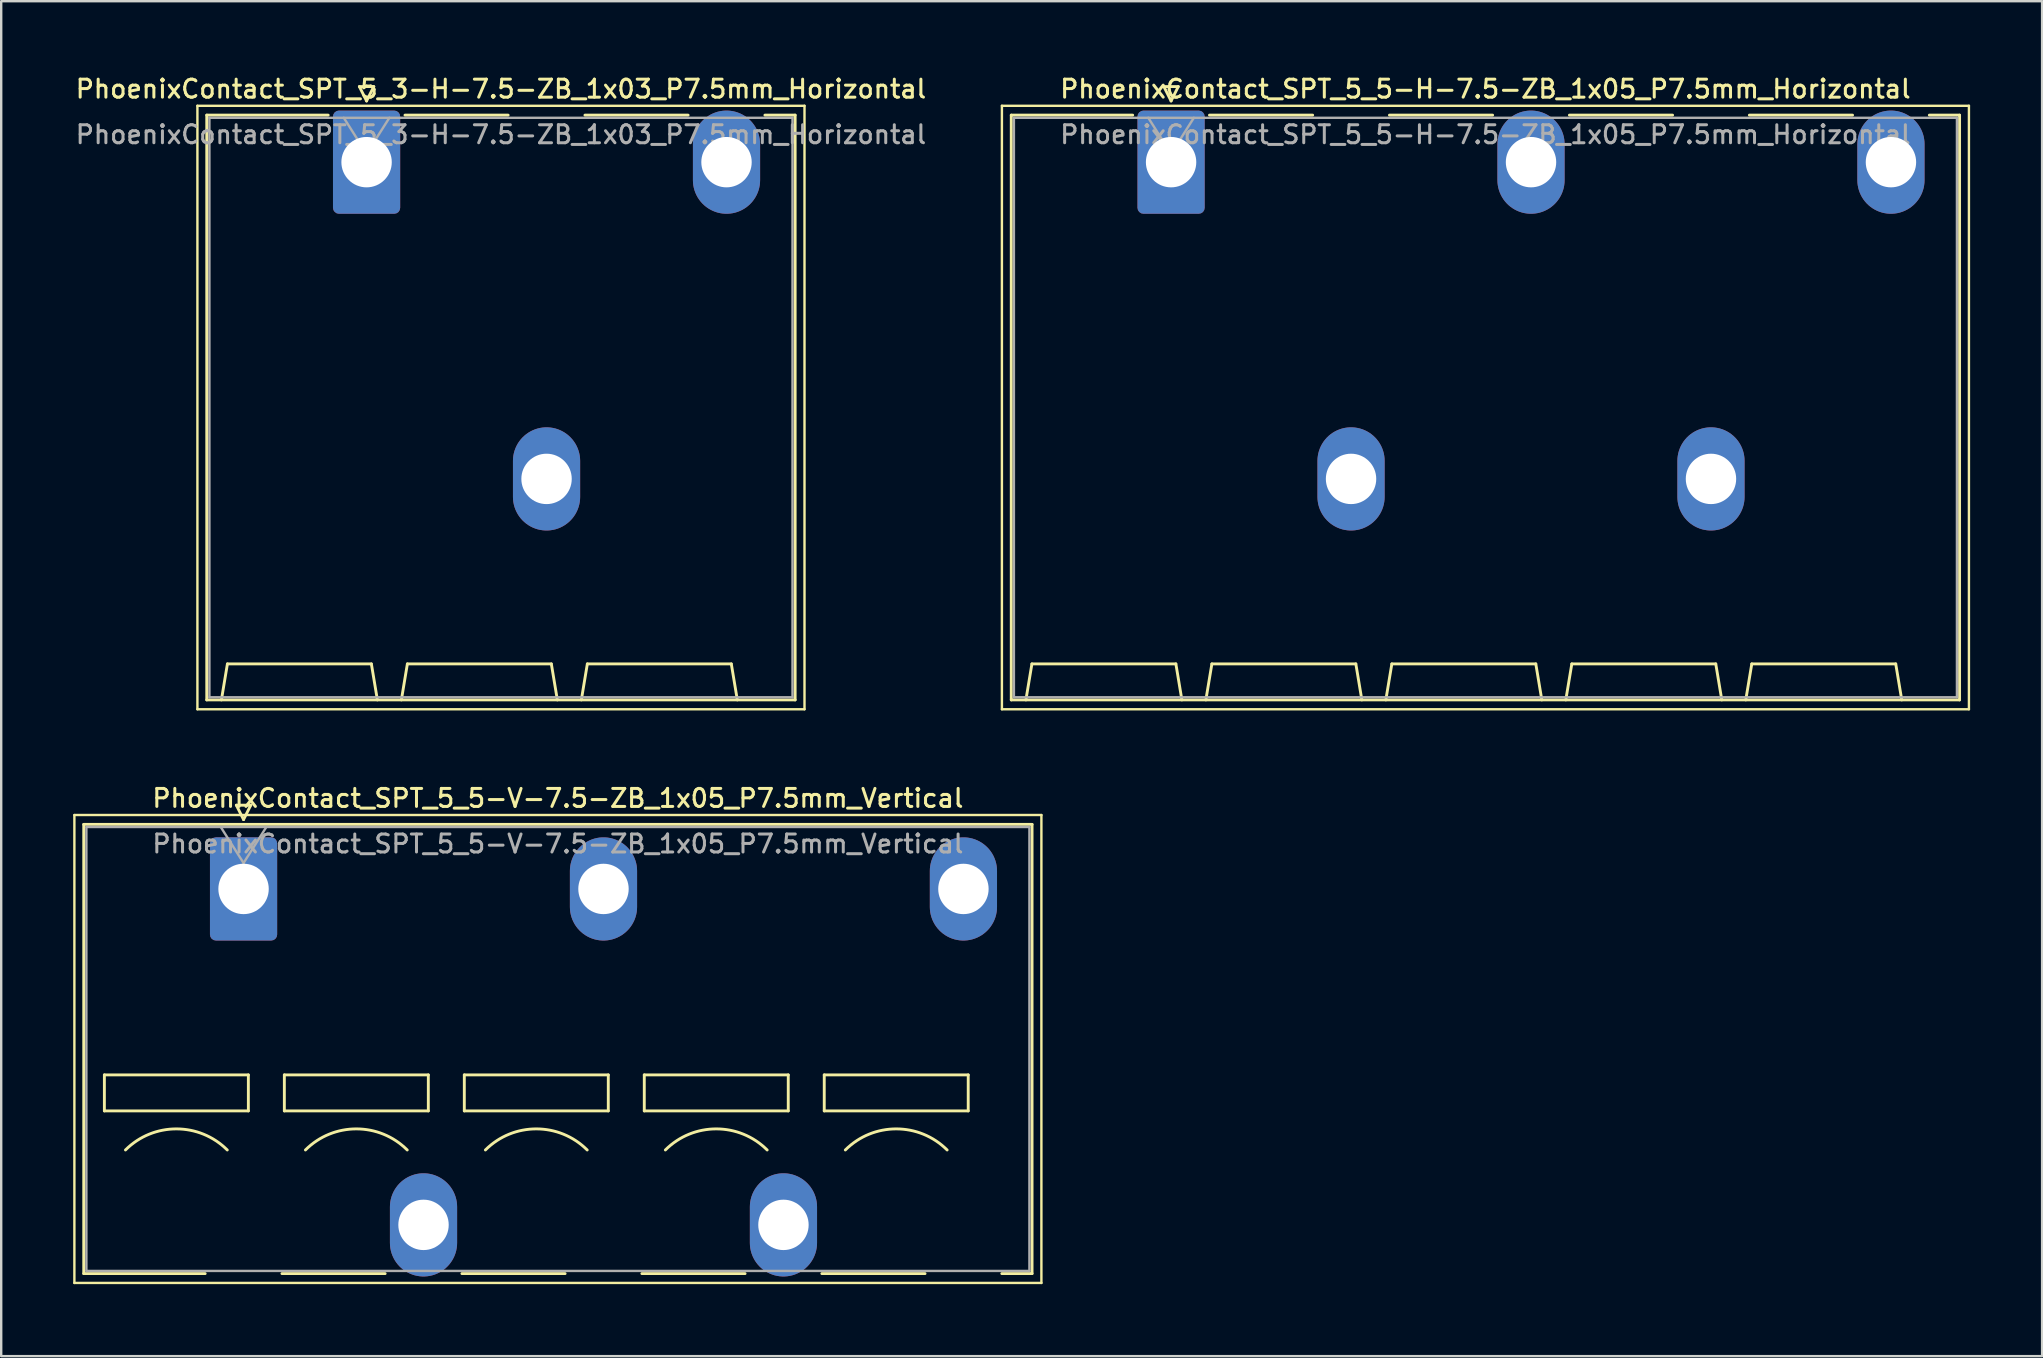
<source format=kicad_pcb>
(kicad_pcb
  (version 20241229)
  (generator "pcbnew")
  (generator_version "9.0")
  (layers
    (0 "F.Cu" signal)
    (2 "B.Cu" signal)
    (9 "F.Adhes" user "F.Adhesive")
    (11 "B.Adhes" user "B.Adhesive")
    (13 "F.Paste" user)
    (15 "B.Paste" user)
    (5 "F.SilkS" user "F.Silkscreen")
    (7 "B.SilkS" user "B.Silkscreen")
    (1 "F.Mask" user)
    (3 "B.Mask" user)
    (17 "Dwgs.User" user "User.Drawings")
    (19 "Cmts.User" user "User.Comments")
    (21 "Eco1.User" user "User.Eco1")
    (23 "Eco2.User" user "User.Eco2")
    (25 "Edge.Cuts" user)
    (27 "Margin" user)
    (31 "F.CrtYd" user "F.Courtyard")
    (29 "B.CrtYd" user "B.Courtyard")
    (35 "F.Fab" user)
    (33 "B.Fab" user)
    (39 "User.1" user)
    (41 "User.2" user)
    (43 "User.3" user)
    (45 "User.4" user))
  (footprint "PhoenixContact_SPT_5_3-H-7.5-ZB_1x03_P7.5mm_Horizontal"
    (layer "F.Cu")
    (at 12.227 3.708)
    (property "Reference" "PhoenixContact_SPT_5_3-H-7.5-ZB_1x03_P7.5mm_Horizontal" (at 5.6 -3.05 0) (layer "F.SilkS") (effects (font (size 0.75 0.75) (thickness 0.125))))
    (attr through_hole)
    (fp_line (start -7.05 -2.35) (end -7.05 22.8) (stroke (width 0.1) (type solid)) (layer "F.SilkS"))
    (fp_line (start -7.05 22.8) (end 18.25 22.8) (stroke (width 0.1) (type solid)) (layer "F.SilkS"))
    (fp_line (start -6.66 -1.96) (end -1.6 -1.96) (stroke (width 0.12) (type solid)) (layer "F.SilkS"))
    (fp_line (start -6.66 22.41) (end -6.66 -1.96) (stroke (width 0.12) (type solid)) (layer "F.SilkS"))
    (fp_line (start -6.05 22.41) (end -5.8 20.91) (stroke (width 0.12) (type solid)) (layer "F.SilkS"))
    (fp_line (start -5.8 20.91) (end 0.2 20.91) (stroke (width 0.12) (type solid)) (layer "F.SilkS"))
    (fp_line (start -0.3 -3.15) (end 0 -2.55) (stroke (width 0.12) (type solid)) (layer "F.SilkS"))
    (fp_line (start -0.3 -3.15) (end 0.3 -3.15) (stroke (width 0.12) (type solid)) (layer "F.SilkS"))
    (fp_line (start 0.3 -3.15) (end 0 -2.55) (stroke (width 0.12) (type solid)) (layer "F.SilkS"))
    (fp_line (start 0.45 22.41) (end 0.2 20.91) (stroke (width 0.12) (type solid)) (layer "F.SilkS"))
    (fp_line (start 1.45 22.41) (end 1.7 20.91) (stroke (width 0.12) (type solid)) (layer "F.SilkS"))
    (fp_line (start 1.6 -1.96) (end 5.9 -1.96) (stroke (width 0.12) (type solid)) (layer "F.SilkS"))
    (fp_line (start 1.7 20.91) (end 7.7 20.91) (stroke (width 0.12) (type solid)) (layer "F.SilkS"))
    (fp_line (start 7.95 22.41) (end 7.7 20.91) (stroke (width 0.12) (type solid)) (layer "F.SilkS"))
    (fp_line (start 8.95 22.41) (end 9.2 20.91) (stroke (width 0.12) (type solid)) (layer "F.SilkS"))
    (fp_line (start 9.1 -1.96) (end 13.4 -1.96) (stroke (width 0.12) (type solid)) (layer "F.SilkS"))
    (fp_line (start 9.2 20.91) (end 15.2 20.91) (stroke (width 0.12) (type solid)) (layer "F.SilkS"))
    (fp_line (start 15.45 22.41) (end 15.2 20.91) (stroke (width 0.12) (type solid)) (layer "F.SilkS"))
    (fp_line (start 16.6 -1.96) (end 17.86 -1.96) (stroke (width 0.12) (type solid)) (layer "F.SilkS"))
    (fp_line (start 17.86 -1.96) (end 17.86 22.41) (stroke (width 0.12) (type solid)) (layer "F.SilkS"))
    (fp_line (start 17.86 22.41) (end -6.66 22.41) (stroke (width 0.12) (type solid)) (layer "F.SilkS"))
    (fp_line (start 18.25 -2.35) (end -7.05 -2.35) (stroke (width 0.1) (type solid)) (layer "F.SilkS"))
    (fp_line (start 18.25 22.8) (end 18.25 -2.35) (stroke (width 0.1) (type solid)) (layer "F.SilkS"))
    (fp_line (start -6.55 -1.85) (end -6.55 22.3) (stroke (width 0.1) (type solid)) (layer "F.Fab"))
    (fp_line (start -6.55 22.3) (end 17.75 22.3) (stroke (width 0.1) (type solid)) (layer "F.Fab"))
    (fp_line (start -0.95 -1.85) (end 0 -0.35) (stroke (width 0.1) (type solid)) (layer "F.Fab"))
    (fp_line (start 0.95 -1.85) (end 0 -0.35) (stroke (width 0.1) (type solid)) (layer "F.Fab"))
    (fp_line (start 17.75 -1.85) (end -6.55 -1.85) (stroke (width 0.1) (type solid)) (layer "F.Fab"))
    (fp_line (start 17.75 22.3) (end 17.75 -1.85) (stroke (width 0.1) (type solid)) (layer "F.Fab"))
    (fp_text user "${REFERENCE}" (at 5.6 -1.15 0) (layer "F.Fab") (effects (font (size 0.75 0.75) (thickness 0.125))))
    (pad "1" thru_hole roundrect (at 0 0) (size 2.8 4.3) (drill 2.1) (layers "*.Cu" "*.Mask") (roundrect_rratio 0.089))
    (pad "2" thru_hole oval (at 7.5 13.2) (size 2.8 4.3) (drill 2.1) (layers "*.Cu" "*.Mask"))
    (pad "3" thru_hole oval (at 15 0) (size 2.8 4.3) (drill 2.1) (layers "*.Cu" "*.Mask")))
  (footprint "PhoenixContact_SPT_5_5-H-7.5-ZB_1x05_P7.5mm_Horizontal"
    (layer "F.Cu")
    (at 45.754 3.708)
    (property "Reference" "PhoenixContact_SPT_5_5-H-7.5-ZB_1x05_P7.5mm_Horizontal" (at 13.1 -3.05 0) (layer "F.SilkS") (effects (font (size 0.75 0.75) (thickness 0.125))))
    (attr through_hole)
    (fp_line (start -7.05 -2.35) (end -7.05 22.8) (stroke (width 0.1) (type solid)) (layer "F.SilkS"))
    (fp_line (start -7.05 22.8) (end 33.25 22.8) (stroke (width 0.1) (type solid)) (layer "F.SilkS"))
    (fp_line (start -6.66 -1.96) (end -1.6 -1.96) (stroke (width 0.12) (type solid)) (layer "F.SilkS"))
    (fp_line (start -6.66 22.41) (end -6.66 -1.96) (stroke (width 0.12) (type solid)) (layer "F.SilkS"))
    (fp_line (start -6.05 22.41) (end -5.8 20.91) (stroke (width 0.12) (type solid)) (layer "F.SilkS"))
    (fp_line (start -5.8 20.91) (end 0.2 20.91) (stroke (width 0.12) (type solid)) (layer "F.SilkS"))
    (fp_line (start -0.3 -3.15) (end 0 -2.55) (stroke (width 0.12) (type solid)) (layer "F.SilkS"))
    (fp_line (start -0.3 -3.15) (end 0.3 -3.15) (stroke (width 0.12) (type solid)) (layer "F.SilkS"))
    (fp_line (start 0.3 -3.15) (end 0 -2.55) (stroke (width 0.12) (type solid)) (layer "F.SilkS"))
    (fp_line (start 0.45 22.41) (end 0.2 20.91) (stroke (width 0.12) (type solid)) (layer "F.SilkS"))
    (fp_line (start 1.45 22.41) (end 1.7 20.91) (stroke (width 0.12) (type solid)) (layer "F.SilkS"))
    (fp_line (start 1.6 -1.96) (end 5.9 -1.96) (stroke (width 0.12) (type solid)) (layer "F.SilkS"))
    (fp_line (start 1.7 20.91) (end 7.7 20.91) (stroke (width 0.12) (type solid)) (layer "F.SilkS"))
    (fp_line (start 7.95 22.41) (end 7.7 20.91) (stroke (width 0.12) (type solid)) (layer "F.SilkS"))
    (fp_line (start 8.95 22.41) (end 9.2 20.91) (stroke (width 0.12) (type solid)) (layer "F.SilkS"))
    (fp_line (start 9.1 -1.96) (end 13.4 -1.96) (stroke (width 0.12) (type solid)) (layer "F.SilkS"))
    (fp_line (start 9.2 20.91) (end 15.2 20.91) (stroke (width 0.12) (type solid)) (layer "F.SilkS"))
    (fp_line (start 15.45 22.41) (end 15.2 20.91) (stroke (width 0.12) (type solid)) (layer "F.SilkS"))
    (fp_line (start 16.45 22.41) (end 16.7 20.91) (stroke (width 0.12) (type solid)) (layer "F.SilkS"))
    (fp_line (start 16.6 -1.96) (end 20.9 -1.96) (stroke (width 0.12) (type solid)) (layer "F.SilkS"))
    (fp_line (start 16.7 20.91) (end 22.7 20.91) (stroke (width 0.12) (type solid)) (layer "F.SilkS"))
    (fp_line (start 22.95 22.41) (end 22.7 20.91) (stroke (width 0.12) (type solid)) (layer "F.SilkS"))
    (fp_line (start 23.95 22.41) (end 24.2 20.91) (stroke (width 0.12) (type solid)) (layer "F.SilkS"))
    (fp_line (start 24.1 -1.96) (end 28.4 -1.96) (stroke (width 0.12) (type solid)) (layer "F.SilkS"))
    (fp_line (start 24.2 20.91) (end 30.2 20.91) (stroke (width 0.12) (type solid)) (layer "F.SilkS"))
    (fp_line (start 30.45 22.41) (end 30.2 20.91) (stroke (width 0.12) (type solid)) (layer "F.SilkS"))
    (fp_line (start 31.6 -1.96) (end 32.86 -1.96) (stroke (width 0.12) (type solid)) (layer "F.SilkS"))
    (fp_line (start 32.86 -1.96) (end 32.86 22.41) (stroke (width 0.12) (type solid)) (layer "F.SilkS"))
    (fp_line (start 32.86 22.41) (end -6.66 22.41) (stroke (width 0.12) (type solid)) (layer "F.SilkS"))
    (fp_line (start 33.25 -2.35) (end -7.05 -2.35) (stroke (width 0.1) (type solid)) (layer "F.SilkS"))
    (fp_line (start 33.25 22.8) (end 33.25 -2.35) (stroke (width 0.1) (type solid)) (layer "F.SilkS"))
    (fp_line (start -6.55 -1.85) (end -6.55 22.3) (stroke (width 0.1) (type solid)) (layer "F.Fab"))
    (fp_line (start -6.55 22.3) (end 32.75 22.3) (stroke (width 0.1) (type solid)) (layer "F.Fab"))
    (fp_line (start -0.95 -1.85) (end 0 -0.35) (stroke (width 0.1) (type solid)) (layer "F.Fab"))
    (fp_line (start 0.95 -1.85) (end 0 -0.35) (stroke (width 0.1) (type solid)) (layer "F.Fab"))
    (fp_line (start 32.75 -1.85) (end -6.55 -1.85) (stroke (width 0.1) (type solid)) (layer "F.Fab"))
    (fp_line (start 32.75 22.3) (end 32.75 -1.85) (stroke (width 0.1) (type solid)) (layer "F.Fab"))
    (fp_text user "${REFERENCE}" (at 13.1 -1.15 0) (layer "F.Fab") (effects (font (size 0.75 0.75) (thickness 0.125))))
    (pad "1" thru_hole roundrect (at 0 0) (size 2.8 4.3) (drill 2.1) (layers "*.Cu" "*.Mask") (roundrect_rratio 0.089))
    (pad "2" thru_hole oval (at 7.5 13.2) (size 2.8 4.3) (drill 2.1) (layers "*.Cu" "*.Mask"))
    (pad "3" thru_hole oval (at 15 0) (size 2.8 4.3) (drill 2.1) (layers "*.Cu" "*.Mask"))
    (pad "4" thru_hole oval (at 22.5 13.2) (size 2.8 4.3) (drill 2.1) (layers "*.Cu" "*.Mask"))
    (pad "5" thru_hole oval (at 30 0) (size 2.8 4.3) (drill 2.1) (layers "*.Cu" "*.Mask")))
  (footprint "PhoenixContact_SPT_5_5-V-7.5-ZB_1x05_P7.5mm_Vertical"
    (layer "F.Cu")
    (at 7.1 33.996)
    (property "Reference" "PhoenixContact_SPT_5_5-V-7.5-ZB_1x05_P7.5mm_Vertical" (at 13.1 -3.78 0) (layer "F.SilkS") (effects (font (size 0.75 0.75) (thickness 0.125))))
    (attr through_hole)
    (fp_line (start -7.05 -3.08) (end -7.05 16.42) (stroke (width 0.1) (type solid)) (layer "F.SilkS"))
    (fp_line (start -7.05 16.42) (end 33.25 16.42) (stroke (width 0.1) (type solid)) (layer "F.SilkS"))
    (fp_line (start -6.66 -2.69) (end 32.86 -2.69) (stroke (width 0.12) (type solid)) (layer "F.SilkS"))
    (fp_line (start -6.66 16.03) (end -6.66 -2.69) (stroke (width 0.12) (type solid)) (layer "F.SilkS"))
    (fp_line (start -6.66 16.03) (end -1.6 16.03) (stroke (width 0.12) (type solid)) (layer "F.SilkS"))
    (fp_line (start -5.8 7.75) (end -5.8 9.25) (stroke (width 0.12) (type solid)) (layer "F.SilkS"))
    (fp_line (start -5.8 9.25) (end 0.2 9.25) (stroke (width 0.12) (type solid)) (layer "F.SilkS"))
    (fp_line (start -0.3 -3.49) (end 0 -2.89) (stroke (width 0.12) (type solid)) (layer "F.SilkS"))
    (fp_line (start -0.3 -3.49) (end 0.3 -3.49) (stroke (width 0.12) (type solid)) (layer "F.SilkS"))
    (fp_line (start 0.2 7.75) (end -5.8 7.75) (stroke (width 0.12) (type solid)) (layer "F.SilkS"))
    (fp_line (start 0.2 9.25) (end 0.2 7.75) (stroke (width 0.12) (type solid)) (layer "F.SilkS"))
    (fp_line (start 0.3 -3.49) (end 0 -2.89) (stroke (width 0.12) (type solid)) (layer "F.SilkS"))
    (fp_line (start 1.6 16.03) (end 5.9 16.03) (stroke (width 0.12) (type solid)) (layer "F.SilkS"))
    (fp_line (start 1.7 7.75) (end 1.7 9.25) (stroke (width 0.12) (type solid)) (layer "F.SilkS"))
    (fp_line (start 1.7 9.25) (end 7.7 9.25) (stroke (width 0.12) (type solid)) (layer "F.SilkS"))
    (fp_line (start 7.7 7.75) (end 1.7 7.75) (stroke (width 0.12) (type solid)) (layer "F.SilkS"))
    (fp_line (start 7.7 9.25) (end 7.7 7.75) (stroke (width 0.12) (type solid)) (layer "F.SilkS"))
    (fp_line (start 9.1 16.03) (end 13.4 16.03) (stroke (width 0.12) (type solid)) (layer "F.SilkS"))
    (fp_line (start 9.2 7.75) (end 9.2 9.25) (stroke (width 0.12) (type solid)) (layer "F.SilkS"))
    (fp_line (start 9.2 9.25) (end 15.2 9.25) (stroke (width 0.12) (type solid)) (layer "F.SilkS"))
    (fp_line (start 15.2 7.75) (end 9.2 7.75) (stroke (width 0.12) (type solid)) (layer "F.SilkS"))
    (fp_line (start 15.2 9.25) (end 15.2 7.75) (stroke (width 0.12) (type solid)) (layer "F.SilkS"))
    (fp_line (start 16.6 16.03) (end 20.9 16.03) (stroke (width 0.12) (type solid)) (layer "F.SilkS"))
    (fp_line (start 16.7 7.75) (end 16.7 9.25) (stroke (width 0.12) (type solid)) (layer "F.SilkS"))
    (fp_line (start 16.7 9.25) (end 22.7 9.25) (stroke (width 0.12) (type solid)) (layer "F.SilkS"))
    (fp_line (start 22.7 7.75) (end 16.7 7.75) (stroke (width 0.12) (type solid)) (layer "F.SilkS"))
    (fp_line (start 22.7 9.25) (end 22.7 7.75) (stroke (width 0.12) (type solid)) (layer "F.SilkS"))
    (fp_line (start 24.1 16.03) (end 28.4 16.03) (stroke (width 0.12) (type solid)) (layer "F.SilkS"))
    (fp_line (start 24.2 7.75) (end 24.2 9.25) (stroke (width 0.12) (type solid)) (layer "F.SilkS"))
    (fp_line (start 24.2 9.25) (end 30.2 9.25) (stroke (width 0.12) (type solid)) (layer "F.SilkS"))
    (fp_line (start 30.2 7.75) (end 24.2 7.75) (stroke (width 0.12) (type solid)) (layer "F.SilkS"))
    (fp_line (start 30.2 9.25) (end 30.2 7.75) (stroke (width 0.12) (type solid)) (layer "F.SilkS"))
    (fp_line (start 31.6 16.03) (end 32.86 16.03) (stroke (width 0.12) (type solid)) (layer "F.SilkS"))
    (fp_line (start 32.86 -2.69) (end 32.86 16.03) (stroke (width 0.12) (type solid)) (layer "F.SilkS"))
    (fp_line (start 33.25 -3.08) (end -7.05 -3.08) (stroke (width 0.1) (type solid)) (layer "F.SilkS"))
    (fp_line (start 33.25 16.42) (end 33.25 -3.08) (stroke (width 0.1) (type solid)) (layer "F.SilkS"))
    (fp_arc (start -4.92132 10.87868) (mid -2.8 10) (end -0.67868 10.87868) (stroke (width 0.12) (type solid)) (layer "F.SilkS"))
    (fp_arc (start 2.57868 10.87868) (mid 4.7 10) (end 6.82132 10.87868) (stroke (width 0.12) (type solid)) (layer "F.SilkS"))
    (fp_arc (start 10.07868 10.87868) (mid 12.2 10) (end 14.32132 10.87868) (stroke (width 0.12) (type solid)) (layer "F.SilkS"))
    (fp_arc (start 17.57868 10.87868) (mid 19.7 10) (end 21.82132 10.87868) (stroke (width 0.12) (type solid)) (layer "F.SilkS"))
    (fp_arc (start 25.07868 10.87868) (mid 27.2 10) (end 29.32132 10.87868) (stroke (width 0.12) (type solid)) (layer "F.SilkS"))
    (fp_line (start -6.55 -2.58) (end -6.55 15.92) (stroke (width 0.1) (type solid)) (layer "F.Fab"))
    (fp_line (start -6.55 15.92) (end 32.75 15.92) (stroke (width 0.1) (type solid)) (layer "F.Fab"))
    (fp_line (start -0.95 -2.58) (end 0 -1.08) (stroke (width 0.1) (type solid)) (layer "F.Fab"))
    (fp_line (start 0.95 -2.58) (end 0 -1.08) (stroke (width 0.1) (type solid)) (layer "F.Fab"))
    (fp_line (start 32.75 -2.58) (end -6.55 -2.58) (stroke (width 0.1) (type solid)) (layer "F.Fab"))
    (fp_line (start 32.75 15.92) (end 32.75 -2.58) (stroke (width 0.1) (type solid)) (layer "F.Fab"))
    (fp_text user "${REFERENCE}" (at 13.1 -1.88 0) (layer "F.Fab") (effects (font (size 0.75 0.75) (thickness 0.125))))
    (pad "1" thru_hole roundrect (at 0 0) (size 2.8 4.3) (drill 2.1) (layers "*.Cu" "*.Mask") (roundrect_rratio 0.089))
    (pad "2" thru_hole oval (at 7.5 14) (size 2.8 4.3) (drill 2.1) (layers "*.Cu" "*.Mask"))
    (pad "3" thru_hole oval (at 15 0) (size 2.8 4.3) (drill 2.1) (layers "*.Cu" "*.Mask"))
    (pad "4" thru_hole oval (at 22.5 14) (size 2.8 4.3) (drill 2.1) (layers "*.Cu" "*.Mask"))
    (pad "5" thru_hole oval (at 30 0) (size 2.8 4.3) (drill 2.1) (layers "*.Cu" "*.Mask")))
  (gr_rect
    (start -3 -3)
    (end 82.054 53.466)
    (stroke (width 0.1) (type default))
    (fill no)
    (layer "Edge.Cuts")))
</source>
